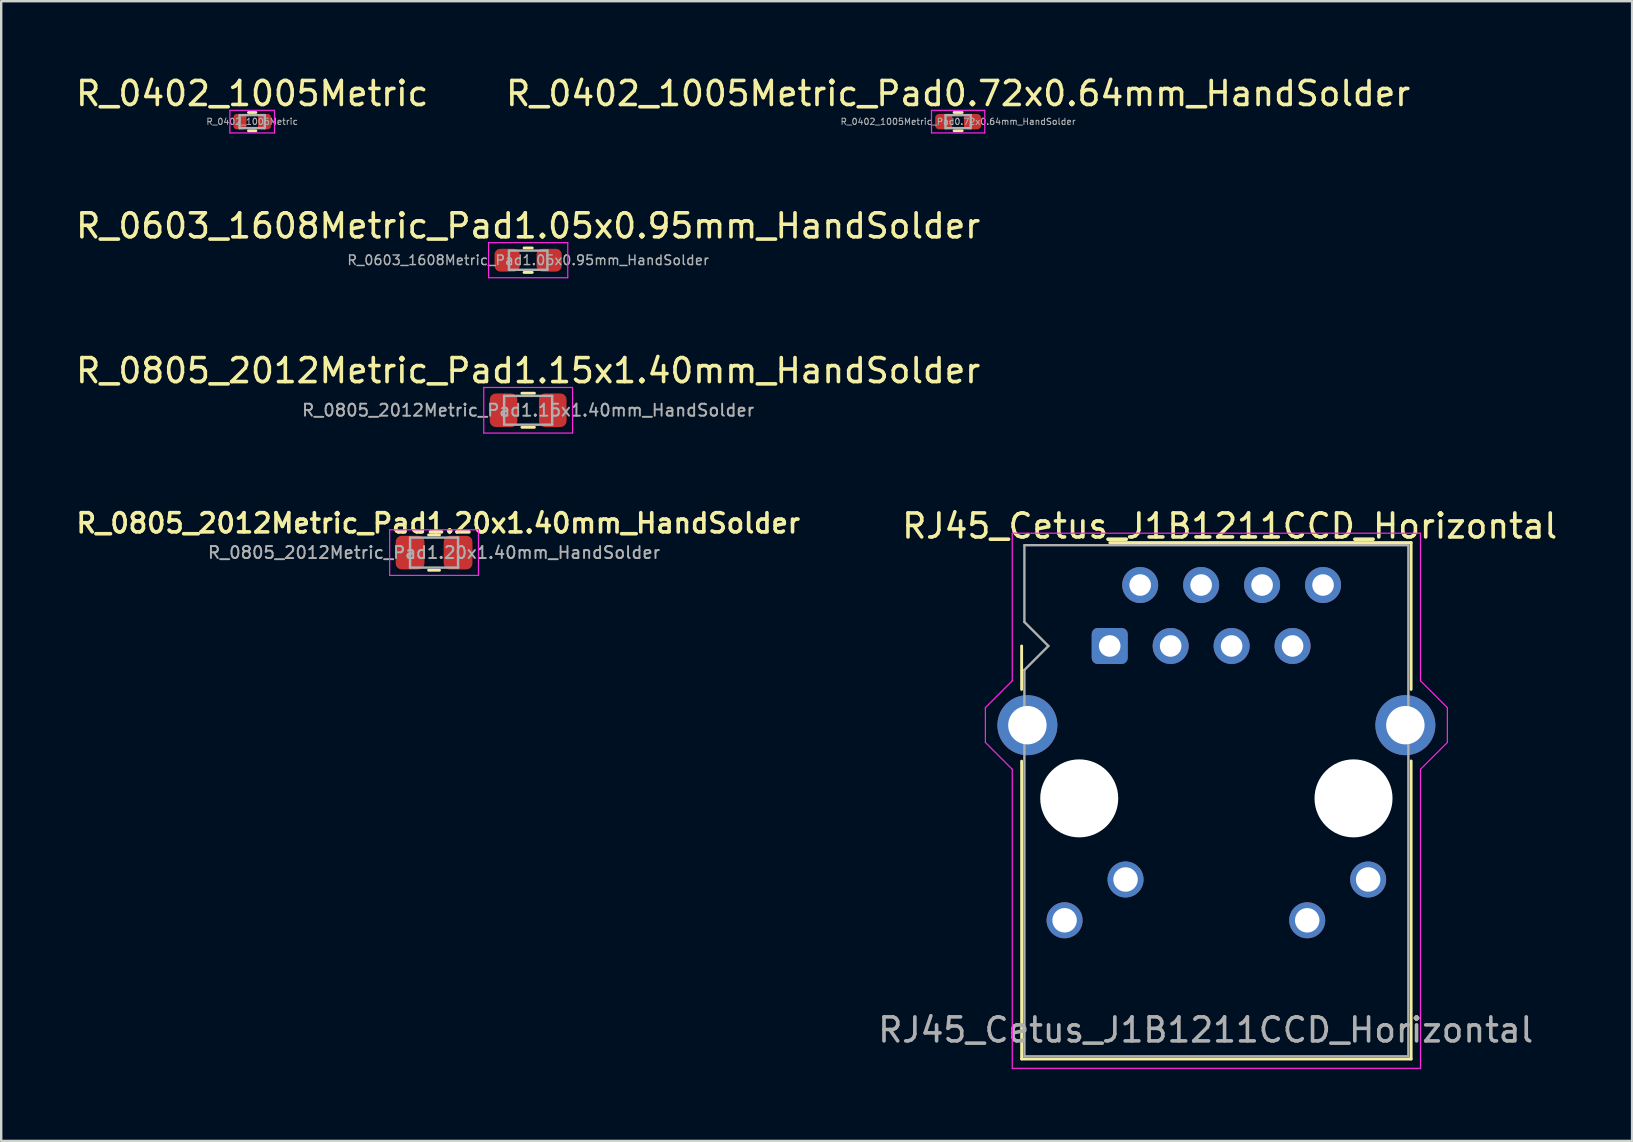
<source format=kicad_pcb>
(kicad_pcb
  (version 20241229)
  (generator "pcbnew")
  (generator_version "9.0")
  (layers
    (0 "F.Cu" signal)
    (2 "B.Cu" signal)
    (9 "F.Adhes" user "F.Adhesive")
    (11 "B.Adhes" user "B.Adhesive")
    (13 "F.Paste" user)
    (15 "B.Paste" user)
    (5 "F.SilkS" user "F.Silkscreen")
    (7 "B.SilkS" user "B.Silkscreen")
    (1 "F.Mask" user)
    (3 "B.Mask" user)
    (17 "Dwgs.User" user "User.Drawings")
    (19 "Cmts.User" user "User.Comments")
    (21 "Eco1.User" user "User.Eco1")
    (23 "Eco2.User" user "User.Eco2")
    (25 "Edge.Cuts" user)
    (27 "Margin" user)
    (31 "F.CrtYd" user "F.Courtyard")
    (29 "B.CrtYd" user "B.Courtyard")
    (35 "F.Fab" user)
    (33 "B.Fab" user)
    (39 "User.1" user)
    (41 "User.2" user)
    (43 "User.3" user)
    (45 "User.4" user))
  (footprint "R_0805_2012Metric_Pad1.20x1.40mm_HandSolder"
    (layer "F.Cu")
    (at 15.037 19.976)
    (property "Reference" "R_0805_2012Metric_Pad1.20x1.40mm_HandSolder" (at 0.175 -1.225 0) (layer "F.SilkS") (effects (font (size 0.8 0.8) (thickness 0.15))))
    (attr smd)
    (fp_line (start -0.227 -0.735) (end 0.227 -0.735) (stroke (width 0.12) (type solid)) (layer "F.SilkS"))
    (fp_line (start -0.227 0.735) (end 0.227 0.735) (stroke (width 0.12) (type solid)) (layer "F.SilkS"))
    (fp_line (start -1.85 -0.95) (end 1.85 -0.95) (stroke (width 0.05) (type solid)) (layer "F.CrtYd"))
    (fp_line (start -1.85 0.95) (end -1.85 -0.95) (stroke (width 0.05) (type solid)) (layer "F.CrtYd"))
    (fp_line (start 1.85 -0.95) (end 1.85 0.95) (stroke (width 0.05) (type solid)) (layer "F.CrtYd"))
    (fp_line (start 1.85 0.95) (end -1.85 0.95) (stroke (width 0.05) (type solid)) (layer "F.CrtYd"))
    (fp_line (start -1 -0.625) (end 1 -0.625) (stroke (width 0.1) (type solid)) (layer "F.Fab"))
    (fp_line (start -1 0.625) (end -1 -0.625) (stroke (width 0.1) (type solid)) (layer "F.Fab"))
    (fp_line (start 1 -0.625) (end 1 0.625) (stroke (width 0.1) (type solid)) (layer "F.Fab"))
    (fp_line (start 1 0.625) (end -1 0.625) (stroke (width 0.1) (type solid)) (layer "F.Fab"))
    (fp_text user "${REFERENCE}" (at 0 0 0) (layer "F.Fab") (effects (font (size 0.5 0.5) (thickness 0.08))))
    (pad "1" smd roundrect (at -1 0) (size 1.2 1.4) (layers "F.Cu" "F.Mask" "F.Paste") (roundrect_rratio 0.208))
    (pad "2" smd roundrect (at 1 0) (size 1.2 1.4) (layers "F.Cu" "F.Mask" "F.Paste") (roundrect_rratio 0.208)))
  (footprint "R_0805_2012Metric_Pad1.15x1.40mm_HandSolder"
    (layer "F.Cu")
    (at 18.958 14.045)
    (property "Reference" "R_0805_2012Metric_Pad1.15x1.40mm_HandSolder" (at 0 -1.65 180) (layer "F.SilkS") (effects (font (size 1 1) (thickness 0.15))))
    (attr smd)
    (fp_line (start -0.261 -0.71) (end 0.261 -0.71) (stroke (width 0.12) (type solid)) (layer "F.SilkS"))
    (fp_line (start -0.261 0.71) (end 0.261 0.71) (stroke (width 0.12) (type solid)) (layer "F.SilkS"))
    (fp_line (start -1.85 -0.95) (end 1.85 -0.95) (stroke (width 0.05) (type solid)) (layer "F.CrtYd"))
    (fp_line (start -1.85 0.95) (end -1.85 -0.95) (stroke (width 0.05) (type solid)) (layer "F.CrtYd"))
    (fp_line (start 1.85 -0.95) (end 1.85 0.95) (stroke (width 0.05) (type solid)) (layer "F.CrtYd"))
    (fp_line (start 1.85 0.95) (end -1.85 0.95) (stroke (width 0.05) (type solid)) (layer "F.CrtYd"))
    (fp_line (start -1 -0.6) (end 1 -0.6) (stroke (width 0.1) (type solid)) (layer "F.Fab"))
    (fp_line (start -1 0.6) (end -1 -0.6) (stroke (width 0.1) (type solid)) (layer "F.Fab"))
    (fp_line (start 1 -0.6) (end 1 0.6) (stroke (width 0.1) (type solid)) (layer "F.Fab"))
    (fp_line (start 1 0.6) (end -1 0.6) (stroke (width 0.1) (type solid)) (layer "F.Fab"))
    (fp_text user "${REFERENCE}" (at 0 0 180) (layer "F.Fab") (effects (font (size 0.5 0.5) (thickness 0.08))))
    (pad "1" smd roundrect (at -1.025 0) (size 1.15 1.4) (layers "F.Cu" "F.Mask" "F.Paste") (roundrect_rratio 0.217))
    (pad "2" smd roundrect (at 1.025 0) (size 1.15 1.4) (layers "F.Cu" "F.Mask" "F.Paste") (roundrect_rratio 0.217)))
  (footprint "R_0603_1608Metric_Pad1.05x0.95mm_HandSolder"
    (layer "F.Cu")
    (at 18.958 7.792)
    (property "Reference" "R_0603_1608Metric_Pad1.05x0.95mm_HandSolder" (at 0 -1.43 0) (layer "F.SilkS") (effects (font (size 1 1) (thickness 0.15))))
    (attr smd)
    (fp_line (start -0.171 -0.51) (end 0.171 -0.51) (stroke (width 0.12) (type solid)) (layer "F.SilkS"))
    (fp_line (start -0.171 0.51) (end 0.171 0.51) (stroke (width 0.12) (type solid)) (layer "F.SilkS"))
    (fp_line (start -1.65 -0.73) (end 1.65 -0.73) (stroke (width 0.05) (type solid)) (layer "F.CrtYd"))
    (fp_line (start -1.65 0.73) (end -1.65 -0.73) (stroke (width 0.05) (type solid)) (layer "F.CrtYd"))
    (fp_line (start 1.65 -0.73) (end 1.65 0.73) (stroke (width 0.05) (type solid)) (layer "F.CrtYd"))
    (fp_line (start 1.65 0.73) (end -1.65 0.73) (stroke (width 0.05) (type solid)) (layer "F.CrtYd"))
    (fp_line (start -0.8 -0.4) (end 0.8 -0.4) (stroke (width 0.1) (type solid)) (layer "F.Fab"))
    (fp_line (start -0.8 0.4) (end -0.8 -0.4) (stroke (width 0.1) (type solid)) (layer "F.Fab"))
    (fp_line (start 0.8 -0.4) (end 0.8 0.4) (stroke (width 0.1) (type solid)) (layer "F.Fab"))
    (fp_line (start 0.8 0.4) (end -0.8 0.4) (stroke (width 0.1) (type solid)) (layer "F.Fab"))
    (fp_text user "${REFERENCE}" (at 0 0 0) (layer "F.Fab") (effects (font (size 0.4 0.4) (thickness 0.06))))
    (pad "1" smd roundrect (at -0.875 0 180) (size 1.05 0.95) (layers "F.Cu" "F.Mask" "F.Paste") (roundrect_rratio 0.25))
    (pad "2" smd roundrect (at 0.875 0 180) (size 1.05 0.95) (layers "F.Cu" "F.Mask" "F.Paste") (roundrect_rratio 0.25)))
  (footprint "R_0402_1005Metric"
    (layer "F.Cu")
    (at 7.458 2.018)
    (property "Reference" "R_0402_1005Metric" (at 0 -1.17 0) (layer "F.SilkS") (effects (font (size 1 1) (thickness 0.15))))
    (attr smd)
    (fp_line (start -0.154 -0.38) (end 0.154 -0.38) (stroke (width 0.12) (type solid)) (layer "F.SilkS"))
    (fp_line (start -0.154 0.38) (end 0.154 0.38) (stroke (width 0.12) (type solid)) (layer "F.SilkS"))
    (fp_line (start -0.93 -0.47) (end 0.93 -0.47) (stroke (width 0.05) (type solid)) (layer "F.CrtYd"))
    (fp_line (start -0.93 0.47) (end -0.93 -0.47) (stroke (width 0.05) (type solid)) (layer "F.CrtYd"))
    (fp_line (start 0.93 -0.47) (end 0.93 0.47) (stroke (width 0.05) (type solid)) (layer "F.CrtYd"))
    (fp_line (start 0.93 0.47) (end -0.93 0.47) (stroke (width 0.05) (type solid)) (layer "F.CrtYd"))
    (fp_line (start -0.525 -0.27) (end 0.525 -0.27) (stroke (width 0.1) (type solid)) (layer "F.Fab"))
    (fp_line (start -0.525 0.27) (end -0.525 -0.27) (stroke (width 0.1) (type solid)) (layer "F.Fab"))
    (fp_line (start 0.525 -0.27) (end 0.525 0.27) (stroke (width 0.1) (type solid)) (layer "F.Fab"))
    (fp_line (start 0.525 0.27) (end -0.525 0.27) (stroke (width 0.1) (type solid)) (layer "F.Fab"))
    (fp_text user "${REFERENCE}" (at 0 0 0) (layer "F.Fab") (effects (font (size 0.26 0.26) (thickness 0.04))))
    (pad "1" smd roundrect (at -0.51 0) (size 0.54 0.64) (layers "F.Cu" "F.Mask" "F.Paste") (roundrect_rratio 0.25))
    (pad "2" smd roundrect (at 0.51 0) (size 0.54 0.64) (layers "F.Cu" "F.Mask" "F.Paste") (roundrect_rratio 0.25)))
  (footprint "RJ45_Cetus_J1B1211CCD_Horizontal"
    (layer "F.Cu")
    (at 43.191 23.868)
    (property "Reference" "RJ45_Cetus_J1B1211CCD_Horizontal" (at 5 -5 0) (layer "F.SilkS") (effects (font (size 1 1) (thickness 0.15))))
    (attr through_hole)
    (fp_line (start -3.67 0) (end -3.67 1.81) (stroke (width 0.12) (type solid)) (layer "F.SilkS"))
    (fp_line (start -3.67 4.8) (end -3.67 17.21) (stroke (width 0.12) (type solid)) (layer "F.SilkS"))
    (fp_line (start 0 -4.31) (end 12.56 -4.31) (stroke (width 0.12) (type solid)) (layer "F.SilkS"))
    (fp_line (start 12.56 -4.31) (end 12.56 1.81) (stroke (width 0.12) (type solid)) (layer "F.SilkS"))
    (fp_line (start 12.56 4.79) (end 12.56 17.21) (stroke (width 0.12) (type solid)) (layer "F.SilkS"))
    (fp_line (start 12.56 17.21) (end -3.67 17.21) (stroke (width 0.12) (type solid)) (layer "F.SilkS"))
    (fp_line (start -5.18 4.02) (end -5.18 2.57) (stroke (width 0.05) (type solid)) (layer "F.CrtYd"))
    (fp_line (start -5.18 4.02) (end -4.06 5.14) (stroke (width 0.05) (type solid)) (layer "F.CrtYd"))
    (fp_line (start -4.06 -4.7) (end 12.95 -4.7) (stroke (width 0.05) (type solid)) (layer "F.CrtYd"))
    (fp_line (start -4.06 1.45) (end -5.18 2.57) (stroke (width 0.05) (type solid)) (layer "F.CrtYd"))
    (fp_line (start -4.06 1.45) (end -4.06 -4.7) (stroke (width 0.05) (type solid)) (layer "F.CrtYd"))
    (fp_line (start -4.06 5.14) (end -4.06 17.6) (stroke (width 0.05) (type solid)) (layer "F.CrtYd"))
    (fp_line (start -4.06 17.6) (end 12.95 17.6) (stroke (width 0.05) (type solid)) (layer "F.CrtYd"))
    (fp_line (start 12.95 1.45) (end 12.95 -4.7) (stroke (width 0.05) (type solid)) (layer "F.CrtYd"))
    (fp_line (start 12.95 1.45) (end 14.07 2.57) (stroke (width 0.05) (type solid)) (layer "F.CrtYd"))
    (fp_line (start 12.95 5.14) (end 12.95 17.6) (stroke (width 0.05) (type solid)) (layer "F.CrtYd"))
    (fp_line (start 14.07 4.02) (end 12.95 5.14) (stroke (width 0.05) (type solid)) (layer "F.CrtYd"))
    (fp_line (start 14.07 4.02) (end 14.07 2.57) (stroke (width 0.05) (type solid)) (layer "F.CrtYd"))
    (fp_line (start -3.555 -4.2) (end -3.555 -1) (stroke (width 0.1) (type solid)) (layer "F.Fab"))
    (fp_line (start -3.555 -4.2) (end 12.445 -4.2) (stroke (width 0.1) (type solid)) (layer "F.Fab"))
    (fp_line (start -3.555 1) (end -3.555 17.1) (stroke (width 0.1) (type solid)) (layer "F.Fab"))
    (fp_line (start -3.555 17.1) (end 12.445 17.1) (stroke (width 0.1) (type solid)) (layer "F.Fab"))
    (fp_line (start -2.555 0) (end -3.555 -1) (stroke (width 0.1) (type solid)) (layer "F.Fab"))
    (fp_line (start -2.555 0) (end -3.555 1) (stroke (width 0.1) (type solid)) (layer "F.Fab"))
    (fp_line (start 12.445 -4.2) (end 12.445 17.1) (stroke (width 0.1) (type solid)) (layer "F.Fab"))
    (fp_text user "${REFERENCE}" (at 4 16 0) (layer "F.Fab") (effects (font (size 1 1) (thickness 0.15))))
    (pad "" np_thru_hole circle (at -1.27 6.35) (size 3.25 3.25) (drill 3.25) (layers "*.Cu" "*.Mask"))
    (pad "" np_thru_hole circle (at 10.16 6.35) (size 3.25 3.25) (drill 3.25) (layers "*.Cu" "*.Mask"))
    (pad "1" thru_hole roundrect (at 0 0) (size 1.5 1.5) (drill 0.9) (layers "*.Cu" "*.Mask") (roundrect_rratio 0.167))
    (pad "2" thru_hole circle (at 1.27 -2.54) (size 1.5 1.5) (drill 0.9) (layers "*.Cu" "*.Mask"))
    (pad "3" thru_hole circle (at 2.54 0) (size 1.5 1.5) (drill 0.9) (layers "*.Cu" "*.Mask"))
    (pad "4" thru_hole circle (at 3.81 -2.54) (size 1.5 1.5) (drill 0.9) (layers "*.Cu" "*.Mask"))
    (pad "5" thru_hole circle (at 5.08 0) (size 1.5 1.5) (drill 0.9) (layers "*.Cu" "*.Mask"))
    (pad "6" thru_hole circle (at 6.35 -2.54) (size 1.5 1.5) (drill 0.9) (layers "*.Cu" "*.Mask"))
    (pad "7" thru_hole circle (at 7.62 0) (size 1.5 1.5) (drill 0.9) (layers "*.Cu" "*.Mask"))
    (pad "8" thru_hole circle (at 8.89 -2.54) (size 1.5 1.5) (drill 0.9) (layers "*.Cu" "*.Mask"))
    (pad "9" thru_hole circle (at -1.88 11.43) (size 1.5 1.5) (drill 1.02) (layers "*.Cu" "*.Mask"))
    (pad "10" thru_hole circle (at 0.66 9.73) (size 1.5 1.5) (drill 1.02) (layers "*.Cu" "*.Mask"))
    (pad "11" thru_hole circle (at 8.23 11.43) (size 1.5 1.5) (drill 1.02) (layers "*.Cu" "*.Mask"))
    (pad "12" thru_hole circle (at 10.77 9.73) (size 1.5 1.5) (drill 1.02) (layers "*.Cu" "*.Mask"))
    (pad "13" thru_hole circle (at -3.43 3.3) (size 2.5 2.5) (drill 1.6) (layers "*.Cu" "*.Mask"))
    (pad "13" thru_hole circle (at 12.32 3.3) (size 2.5 2.5) (drill 1.6) (layers "*.Cu" "*.Mask")))
  (footprint "R_0402_1005Metric_Pad0.72x0.64mm_HandSolder"
    (layer "F.Cu")
    (at 36.875 2.018)
    (property "Reference" "R_0402_1005Metric_Pad0.72x0.64mm_HandSolder" (at 0 -1.17 0) (layer "F.SilkS") (effects (font (size 1 1) (thickness 0.15))))
    (attr smd)
    (fp_line (start -0.168 -0.38) (end 0.168 -0.38) (stroke (width 0.12) (type solid)) (layer "F.SilkS"))
    (fp_line (start -0.168 0.38) (end 0.168 0.38) (stroke (width 0.12) (type solid)) (layer "F.SilkS"))
    (fp_line (start -1.11 -0.47) (end 1.11 -0.47) (stroke (width 0.05) (type solid)) (layer "F.CrtYd"))
    (fp_line (start -1.11 0.47) (end -1.11 -0.47) (stroke (width 0.05) (type solid)) (layer "F.CrtYd"))
    (fp_line (start 1.11 -0.47) (end 1.11 0.47) (stroke (width 0.05) (type solid)) (layer "F.CrtYd"))
    (fp_line (start 1.11 0.47) (end -1.11 0.47) (stroke (width 0.05) (type solid)) (layer "F.CrtYd"))
    (fp_line (start -0.525 -0.27) (end 0.525 -0.27) (stroke (width 0.1) (type solid)) (layer "F.Fab"))
    (fp_line (start -0.525 0.27) (end -0.525 -0.27) (stroke (width 0.1) (type solid)) (layer "F.Fab"))
    (fp_line (start 0.525 -0.27) (end 0.525 0.27) (stroke (width 0.1) (type solid)) (layer "F.Fab"))
    (fp_line (start 0.525 0.27) (end -0.525 0.27) (stroke (width 0.1) (type solid)) (layer "F.Fab"))
    (fp_text user "${REFERENCE}" (at 0 0 0) (layer "F.Fab") (effects (font (size 0.26 0.26) (thickness 0.04))))
    (pad "1" smd roundrect (at -0.598 0 180) (size 0.715 0.64) (layers "F.Cu" "F.Mask" "F.Paste") (roundrect_rratio 0.25))
    (pad "2" smd roundrect (at 0.598 0 180) (size 0.715 0.64) (layers "F.Cu" "F.Mask" "F.Paste") (roundrect_rratio 0.25)))
  (gr_rect
    (start -3 -3)
    (end 64.959 44.493)
    (stroke (width 0.1) (type default))
    (fill no)
    (layer "Edge.Cuts")))
</source>
